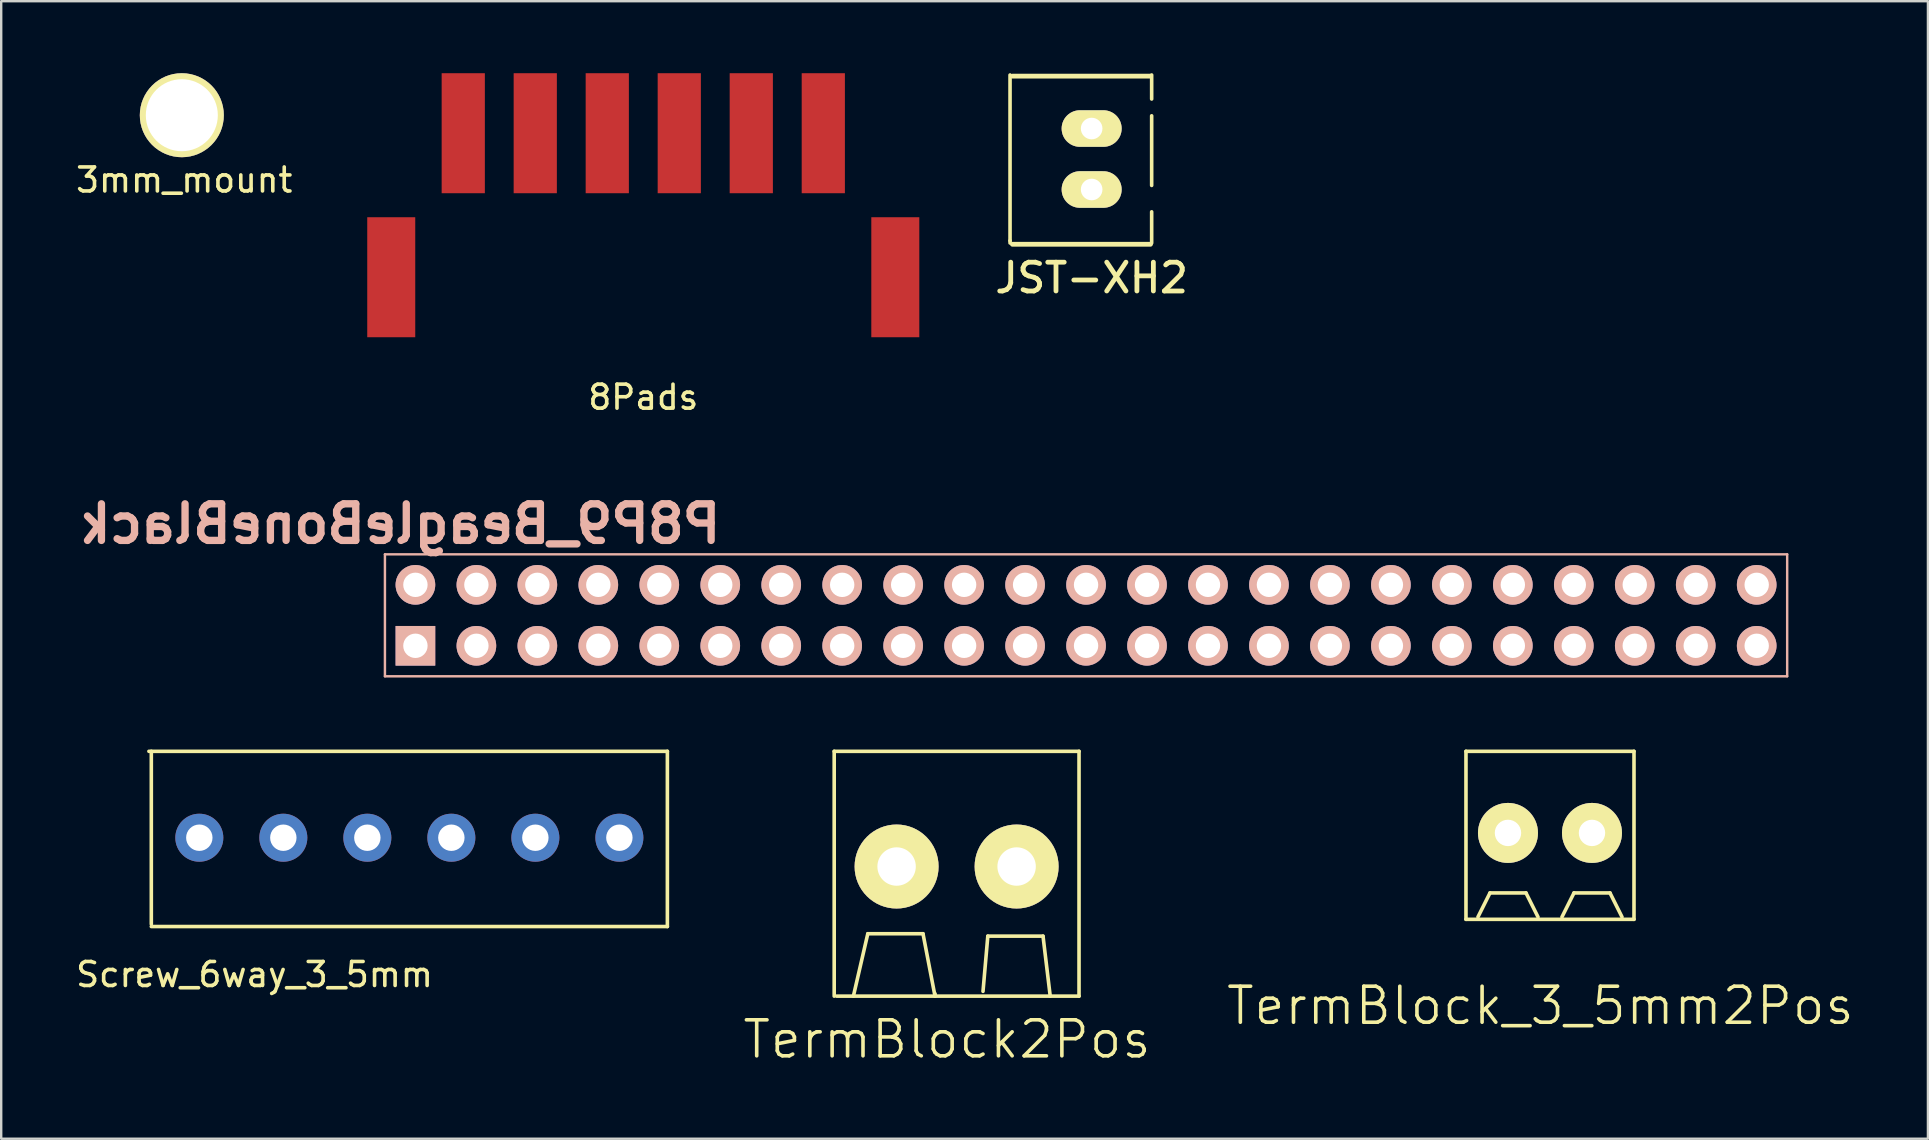
<source format=kicad_pcb>
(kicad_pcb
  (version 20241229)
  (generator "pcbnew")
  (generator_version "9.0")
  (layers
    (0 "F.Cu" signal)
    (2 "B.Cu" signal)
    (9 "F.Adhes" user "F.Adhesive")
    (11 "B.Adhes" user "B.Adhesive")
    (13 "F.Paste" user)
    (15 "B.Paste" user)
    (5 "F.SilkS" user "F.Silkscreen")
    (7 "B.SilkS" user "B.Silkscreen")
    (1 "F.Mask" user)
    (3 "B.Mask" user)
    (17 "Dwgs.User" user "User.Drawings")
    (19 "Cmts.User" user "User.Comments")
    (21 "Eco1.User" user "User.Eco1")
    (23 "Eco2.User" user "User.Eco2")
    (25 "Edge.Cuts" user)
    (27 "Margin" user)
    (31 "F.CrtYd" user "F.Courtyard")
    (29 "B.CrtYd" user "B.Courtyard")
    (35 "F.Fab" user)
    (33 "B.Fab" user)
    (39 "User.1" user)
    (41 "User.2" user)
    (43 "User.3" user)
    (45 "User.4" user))
  (footprint "TermBlock2Pos"
    (layer "F.Cu")
    (at 36.804 33.051)
    (property "Reference" "TermBlock2Pos" (at -0.4 7.2 0) (layer "F.SilkS") (effects (font (size 1.5 1.5) (thickness 0.15))))
    (attr through_hole)
    (fp_line (start -5.1 -4.8) (end -5.1 5.4) (stroke (width 0.15) (type solid)) (layer "F.SilkS"))
    (fp_line (start -5 5.4) (end 5.1 5.4) (stroke (width 0.15) (type solid)) (layer "F.SilkS"))
    (fp_line (start -4.3 5.4) (end -3.7 2.8) (stroke (width 0.15) (type solid)) (layer "F.SilkS"))
    (fp_line (start -3.7 2.8) (end -1.4 2.8) (stroke (width 0.15) (type solid)) (layer "F.SilkS"))
    (fp_line (start -1.4 2.8) (end -0.9 5.4) (stroke (width 0.15) (type solid)) (layer "F.SilkS"))
    (fp_line (start -0.9 5.4) (end -0.9 5.3) (stroke (width 0.15) (type solid)) (layer "F.SilkS"))
    (fp_line (start 1.1 5.2) (end 1.3 2.9) (stroke (width 0.15) (type solid)) (layer "F.SilkS"))
    (fp_line (start 1.3 2.9) (end 3.6 2.9) (stroke (width 0.15) (type solid)) (layer "F.SilkS"))
    (fp_line (start 3.6 2.9) (end 3.9 5.4) (stroke (width 0.15) (type solid)) (layer "F.SilkS"))
    (fp_line (start 5.1 -4.8) (end -5.1 -4.8) (stroke (width 0.15) (type solid)) (layer "F.SilkS"))
    (fp_line (start 5.1 5.4) (end 5.1 -4.8) (stroke (width 0.15) (type solid)) (layer "F.SilkS"))
    (pad "1" thru_hole circle (at -2.5 0) (size 3.5 3.5) (drill 1.6) (layers "*.Cu" "*.Mask" "F.SilkS"))
    (pad "2" thru_hole circle (at 2.5 0) (size 3.5 3.5) (drill 1.6) (layers "*.Cu" "*.Mask" "F.SilkS")))
  (footprint "8Pads"
    (layer "F.Cu")
    (at 23.75 8.5)
    (property "Reference" "8Pads" (at 0 5 0) (layer "F.SilkS") (effects (font (size 1 1) (thickness 0.15))))
    (attr through_hole)
    (pad "1" smd rect (at -10.5 0) (size 2 5) (layers "F.Cu" "F.Mask" "F.Paste"))
    (pad "2" smd rect (at -7.5 -6) (size 1.8 5) (layers "F.Cu" "F.Mask" "F.Paste"))
    (pad "3" smd rect (at -4.5 -6) (size 1.8 5) (layers "F.Cu" "F.Mask" "F.Paste"))
    (pad "4" smd rect (at -1.5 -6) (size 1.8 5) (layers "F.Cu" "F.Mask" "F.Paste"))
    (pad "5" smd rect (at 1.5 -6) (size 1.8 5) (layers "F.Cu" "F.Mask" "F.Paste"))
    (pad "6" smd rect (at 4.5 -6) (size 1.8 5) (layers "F.Cu" "F.Mask" "F.Paste"))
    (pad "7" smd rect (at 7.5 -6) (size 1.8 5) (layers "F.Cu" "F.Mask" "F.Paste"))
    (pad "8" smd rect (at 10.5 0) (size 2 5) (layers "F.Cu" "F.Mask" "F.Paste")))
  (footprint "JST-XH2"
    (layer "F.Cu")
    (at 42.43 3.575)
    (property "Reference" "JST-XH2" (at 0 4.953 0) (layer "F.SilkS") (effects (font (size 1.2 1.2) (thickness 0.2))))
    (attr through_hole)
    (fp_line (start -3.4 -3.5) (end -3.4 3.4) (stroke (width 0.15) (type solid)) (layer "F.SilkS"))
    (fp_line (start -3.4 3.4) (end -3.4 3.5) (stroke (width 0.15) (type solid)) (layer "F.SilkS"))
    (fp_line (start -3.3 -3.452) (end 2.45 -3.452) (stroke (width 0.2) (type solid)) (layer "F.SilkS"))
    (fp_line (start 2.45 3.552) (end -3.3 3.552) (stroke (width 0.2) (type solid)) (layer "F.SilkS"))
    (fp_line (start 2.5 -3.5) (end 2.5 -2.5) (stroke (width 0.15) (type solid)) (layer "F.SilkS"))
    (fp_line (start 2.5 -1.8) (end 2.5 1.1) (stroke (width 0.15) (type solid)) (layer "F.SilkS"))
    (fp_line (start 2.5 3.5) (end 2.5 2.2) (stroke (width 0.15) (type solid)) (layer "F.SilkS"))
    (pad "1" thru_hole oval (at 0 -1.27) (size 2.5 1.524) (drill 0.9) (layers "*.Cu" "*.Mask" "F.SilkS"))
    (pad "2" thru_hole oval (at 0 1.27) (size 2.5 1.524) (drill 0.9) (layers "*.Cu" "*.Mask" "F.SilkS")))
  (footprint "P8P9_BeagleBoneBlack"
    (layer "F.Cu")
    (at 14.257 23.855)
    (property "Reference" "P8P9_BeagleBoneBlack" (at -0.635 -5.08 0) (layer "B.SilkS") (effects (font (size 1.524 1.524) (thickness 0.305)) (justify mirror)))
    (attr through_hole)
    (fp_line (start -1.27 -3.81) (end -1.27 1.27) (stroke (width 0.102) (type solid)) (layer "B.SilkS"))
    (fp_line (start -1.27 1.27) (end 57.15 1.27) (stroke (width 0.102) (type solid)) (layer "B.SilkS"))
    (fp_line (start 57.15 -3.81) (end -1.27 -3.81) (stroke (width 0.102) (type solid)) (layer "B.SilkS"))
    (fp_line (start 57.15 1.27) (end 57.15 -3.81) (stroke (width 0.102) (type solid)) (layer "B.SilkS"))
    (pad "1" thru_hole rect (at 0 0) (size 1.651 1.651) (drill 1.016) (layers "*.Cu" "*.Mask" "B.SilkS"))
    (pad "2" thru_hole circle (at 0 -2.54) (size 1.651 1.651) (drill 1.016) (layers "*.Cu" "*.Mask" "B.SilkS"))
    (pad "3" thru_hole circle (at 2.54 0) (size 1.651 1.651) (drill 1.016) (layers "*.Cu" "*.Mask" "B.SilkS"))
    (pad "4" thru_hole circle (at 2.54 -2.54) (size 1.651 1.651) (drill 1.016) (layers "*.Cu" "*.Mask" "B.SilkS"))
    (pad "5" thru_hole circle (at 5.08 0) (size 1.651 1.651) (drill 1.016) (layers "*.Cu" "*.Mask" "B.SilkS"))
    (pad "6" thru_hole circle (at 5.08 -2.54) (size 1.651 1.651) (drill 1.016) (layers "*.Cu" "*.Mask" "B.SilkS"))
    (pad "7" thru_hole circle (at 7.62 0) (size 1.651 1.651) (drill 1.016) (layers "*.Cu" "*.Mask" "B.SilkS"))
    (pad "8" thru_hole circle (at 7.62 -2.54) (size 1.651 1.651) (drill 1.016) (layers "*.Cu" "*.Mask" "B.SilkS"))
    (pad "9" thru_hole circle (at 10.16 0) (size 1.651 1.651) (drill 1.016) (layers "*.Cu" "*.Mask" "B.SilkS"))
    (pad "10" thru_hole circle (at 10.16 -2.54) (size 1.651 1.651) (drill 1.016) (layers "*.Cu" "*.Mask" "B.SilkS"))
    (pad "11" thru_hole circle (at 12.7 0) (size 1.651 1.651) (drill 1.016) (layers "*.Cu" "*.Mask" "B.SilkS"))
    (pad "12" thru_hole circle (at 12.7 -2.54) (size 1.651 1.651) (drill 1.016) (layers "*.Cu" "*.Mask" "B.SilkS"))
    (pad "13" thru_hole circle (at 15.24 0) (size 1.651 1.651) (drill 1.016) (layers "*.Cu" "*.Mask" "B.SilkS"))
    (pad "14" thru_hole circle (at 15.24 -2.54) (size 1.651 1.651) (drill 1.016) (layers "*.Cu" "*.Mask" "B.SilkS"))
    (pad "15" thru_hole circle (at 17.78 0) (size 1.651 1.651) (drill 1.016) (layers "*.Cu" "*.Mask" "B.SilkS"))
    (pad "16" thru_hole circle (at 17.78 -2.54) (size 1.651 1.651) (drill 1.016) (layers "*.Cu" "*.Mask" "B.SilkS"))
    (pad "17" thru_hole circle (at 20.32 0) (size 1.651 1.651) (drill 1.016) (layers "*.Cu" "*.Mask" "B.SilkS"))
    (pad "18" thru_hole circle (at 20.32 -2.54) (size 1.651 1.651) (drill 1.016) (layers "*.Cu" "*.Mask" "B.SilkS"))
    (pad "19" thru_hole circle (at 22.86 0) (size 1.651 1.651) (drill 1.016) (layers "*.Cu" "*.Mask" "B.SilkS"))
    (pad "20" thru_hole circle (at 22.86 -2.54) (size 1.651 1.651) (drill 1.016) (layers "*.Cu" "*.Mask" "B.SilkS"))
    (pad "21" thru_hole circle (at 25.4 0) (size 1.651 1.651) (drill 1.016) (layers "*.Cu" "*.Mask" "B.SilkS"))
    (pad "22" thru_hole circle (at 25.4 -2.54) (size 1.651 1.651) (drill 1.016) (layers "*.Cu" "*.Mask" "B.SilkS"))
    (pad "23" thru_hole circle (at 27.94 0) (size 1.651 1.651) (drill 1.016) (layers "*.Cu" "*.Mask" "B.SilkS"))
    (pad "24" thru_hole circle (at 27.94 -2.54) (size 1.651 1.651) (drill 1.016) (layers "*.Cu" "*.Mask" "B.SilkS"))
    (pad "25" thru_hole circle (at 30.48 0) (size 1.651 1.651) (drill 1.016) (layers "*.Cu" "*.Mask" "B.SilkS"))
    (pad "26" thru_hole circle (at 30.48 -2.54) (size 1.651 1.651) (drill 1.016) (layers "*.Cu" "*.Mask" "B.SilkS"))
    (pad "27" thru_hole circle (at 33.02 0) (size 1.651 1.651) (drill 1.016) (layers "*.Cu" "*.Mask" "B.SilkS"))
    (pad "28" thru_hole circle (at 33.02 -2.54) (size 1.651 1.651) (drill 1.016) (layers "*.Cu" "*.Mask" "B.SilkS"))
    (pad "29" thru_hole circle (at 35.56 0) (size 1.651 1.651) (drill 1.016) (layers "*.Cu" "*.Mask" "B.SilkS"))
    (pad "30" thru_hole circle (at 35.56 -2.54) (size 1.651 1.651) (drill 1.016) (layers "*.Cu" "*.Mask" "B.SilkS"))
    (pad "31" thru_hole circle (at 38.1 0) (size 1.651 1.651) (drill 1.016) (layers "*.Cu" "*.Mask" "B.SilkS"))
    (pad "32" thru_hole circle (at 38.1 -2.54) (size 1.651 1.651) (drill 1.016) (layers "*.Cu" "*.Mask" "B.SilkS"))
    (pad "33" thru_hole circle (at 40.64 0) (size 1.651 1.651) (drill 1.016) (layers "*.Cu" "*.Mask" "B.SilkS"))
    (pad "34" thru_hole circle (at 40.64 -2.54) (size 1.651 1.651) (drill 1.016) (layers "*.Cu" "*.Mask" "B.SilkS"))
    (pad "35" thru_hole circle (at 43.18 0) (size 1.651 1.651) (drill 1.016) (layers "*.Cu" "*.Mask" "B.SilkS"))
    (pad "36" thru_hole circle (at 43.18 -2.54) (size 1.651 1.651) (drill 1.016) (layers "*.Cu" "*.Mask" "B.SilkS"))
    (pad "37" thru_hole circle (at 45.72 0) (size 1.651 1.651) (drill 1.016) (layers "*.Cu" "*.Mask" "B.SilkS"))
    (pad "38" thru_hole circle (at 45.72 -2.54) (size 1.651 1.651) (drill 1.016) (layers "*.Cu" "*.Mask" "B.SilkS"))
    (pad "39" thru_hole circle (at 48.26 0) (size 1.651 1.651) (drill 1.016) (layers "*.Cu" "*.Mask" "B.SilkS"))
    (pad "40" thru_hole circle (at 48.26 -2.54) (size 1.651 1.651) (drill 1.016) (layers "*.Cu" "*.Mask" "B.SilkS"))
    (pad "41" thru_hole circle (at 50.8 0) (size 1.651 1.651) (drill 1.016) (layers "*.Cu" "*.Mask" "B.SilkS"))
    (pad "42" thru_hole circle (at 50.8 -2.54) (size 1.651 1.651) (drill 1.016) (layers "*.Cu" "*.Mask" "B.SilkS"))
    (pad "43" thru_hole circle (at 53.34 0) (size 1.651 1.651) (drill 1.016) (layers "*.Cu" "*.Mask" "B.SilkS"))
    (pad "44" thru_hole circle (at 53.34 -2.54) (size 1.651 1.651) (drill 1.016) (layers "*.Cu" "*.Mask" "B.SilkS"))
    (pad "45" thru_hole circle (at 55.88 0) (size 1.651 1.651) (drill 1.016) (layers "*.Cu" "*.Mask" "B.SilkS"))
    (pad "46" thru_hole circle (at 55.88 -2.54) (size 1.651 1.651) (drill 1.016) (layers "*.Cu" "*.Mask" "B.SilkS")))
  (footprint "Screw_6way_3_5mm"
    (layer "F.Cu")
    (at 13.954 31.851)
    (property "Reference" "Screw_6way_3_5mm" (at -6.4 5.7 0) (layer "F.SilkS") (effects (font (size 1 1) (thickness 0.15))))
    (attr through_hole)
    (fp_line (start -10.8 -3.6) (end 10.8 -3.6) (stroke (width 0.15) (type solid)) (layer "F.SilkS"))
    (fp_line (start -10.7 3.6) (end -10.7 -3.6) (stroke (width 0.15) (type solid)) (layer "F.SilkS"))
    (fp_line (start -10.7 3.7) (end 10.8 3.7) (stroke (width 0.15) (type solid)) (layer "F.SilkS"))
    (fp_line (start 10.8 3.7) (end 10.8 -3.6) (stroke (width 0.15) (type solid)) (layer "F.SilkS"))
    (pad "1" thru_hole circle (at -8.7 0) (size 2 2) (drill 1.1) (layers "*.Cu" "*.Mask"))
    (pad "2" thru_hole circle (at -5.2 0) (size 2 2) (drill 1.1) (layers "*.Cu" "*.Mask"))
    (pad "3" thru_hole circle (at -1.7 0) (size 2 2) (drill 1.1) (layers "*.Cu" "*.Mask"))
    (pad "4" thru_hole circle (at 1.8 0) (size 2 2) (drill 1.1) (layers "*.Cu" "*.Mask"))
    (pad "5" thru_hole circle (at 5.3 0) (size 2 2) (drill 1.1) (layers "*.Cu" "*.Mask"))
    (pad "6" thru_hole circle (at 8.8 0) (size 2 2) (drill 1.1) (layers "*.Cu" "*.Mask")))
  (footprint "TermBlock_3_5mm2Pos"
    (layer "F.Cu")
    (at 61.525 31.651)
    (property "Reference" "TermBlock_3_5mm2Pos" (at -0.4 7.2 0) (layer "F.SilkS") (effects (font (size 1.5 1.5) (thickness 0.15))))
    (attr through_hole)
    (fp_line (start -3.5 -3.4) (end -3.5 3.6) (stroke (width 0.15) (type solid)) (layer "F.SilkS"))
    (fp_line (start -3.5 3.6) (end 3.5 3.6) (stroke (width 0.15) (type solid)) (layer "F.SilkS"))
    (fp_line (start -3 3.5) (end -2.5 2.5) (stroke (width 0.15) (type solid)) (layer "F.SilkS"))
    (fp_line (start -2.5 2.5) (end -1 2.5) (stroke (width 0.15) (type solid)) (layer "F.SilkS"))
    (fp_line (start -1 2.5) (end -0.5 3.5) (stroke (width 0.15) (type solid)) (layer "F.SilkS"))
    (fp_line (start 0.5 3.5) (end 1 2.5) (stroke (width 0.15) (type solid)) (layer "F.SilkS"))
    (fp_line (start 1 2.5) (end 2.5 2.5) (stroke (width 0.15) (type solid)) (layer "F.SilkS"))
    (fp_line (start 2.5 2.5) (end 3 3.5) (stroke (width 0.15) (type solid)) (layer "F.SilkS"))
    (fp_line (start 3.5 -3.4) (end -3.5 -3.4) (stroke (width 0.15) (type solid)) (layer "F.SilkS"))
    (fp_line (start 3.5 3.6) (end 3.5 -3.4) (stroke (width 0.15) (type solid)) (layer "F.SilkS"))
    (pad "1" thru_hole circle (at -1.75 0) (size 2.5 2.5) (drill 1.1) (layers "*.Cu" "*.Mask" "F.SilkS"))
    (pad "2" thru_hole circle (at 1.75 0) (size 2.5 2.5) (drill 1.1) (layers "*.Cu" "*.Mask" "F.SilkS")))
  (footprint "3mm_mount"
    (layer "F.Cu")
    (at 4.525 1.75)
    (property "Reference" "3mm_mount" (at 0.1 2.7 0) (layer "F.SilkS") (effects (font (size 1 1) (thickness 0.15))))
    (attr through_hole)
    (pad "" np_thru_hole circle (at 0 0) (size 3.5 3.5) (drill 3) (layers "*.Cu" "*.Mask" "F.SilkS")))
  (gr_rect
    (start -3 -3)
    (end 77.271 44.391)
    (stroke (width 0.1) (type default))
    (fill no)
    (layer "Edge.Cuts")))
</source>
